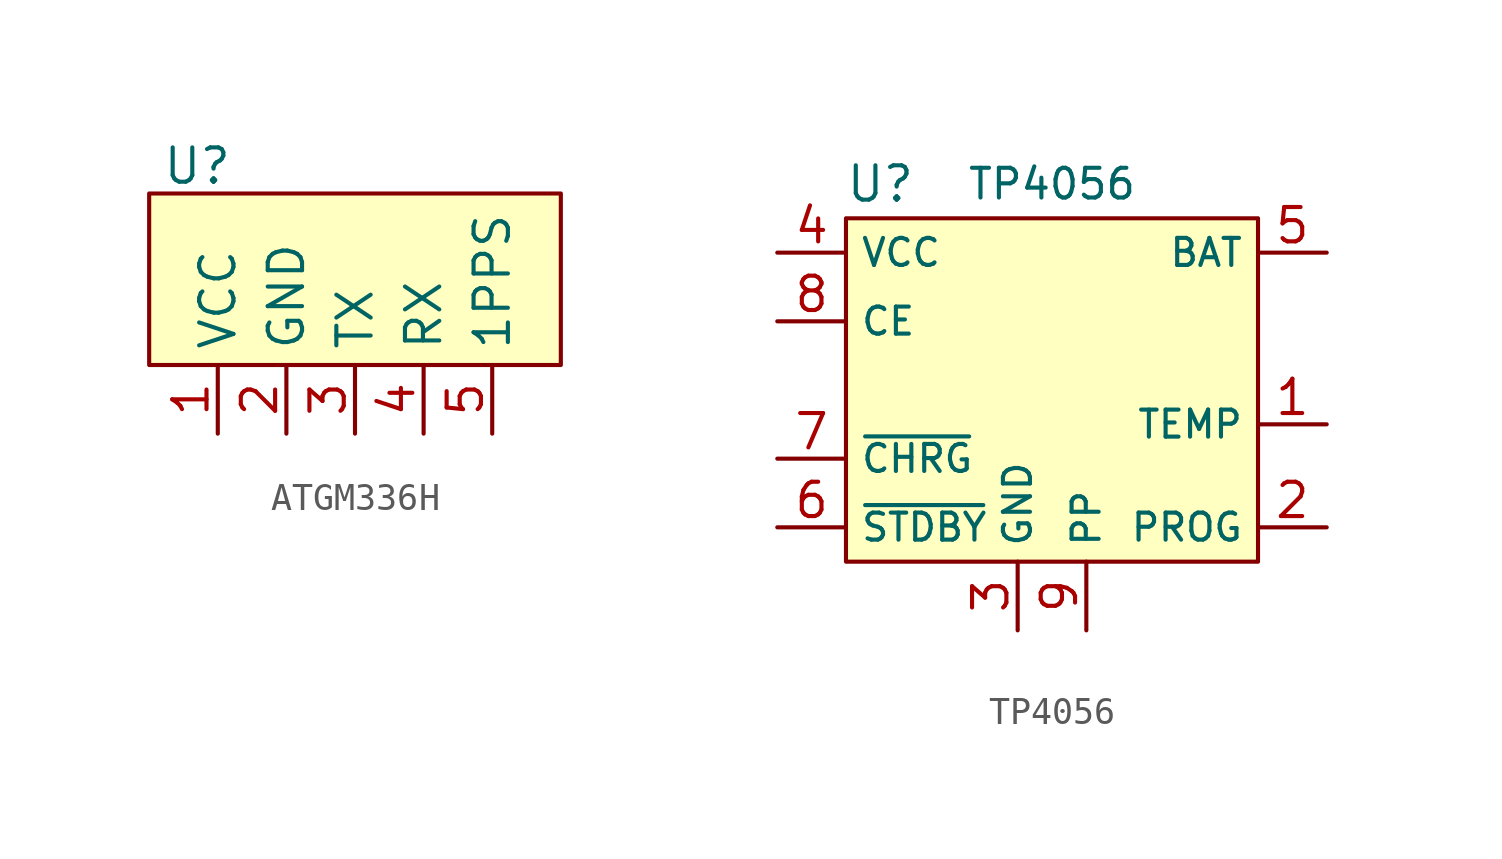
<source format=kicad_sym>
(kicad_symbol_lib
  (version 20231120)
  (generator "kicad_symbol_editor")
  (generator_version "8.0")
  (symbol "ATGM336H"
    (property "Reference" "U"
      (at -5.842 7.366 0)
      (effects (font (size 1.27 1.27))))
    (property "Value" ""
      (at 0 0 0)
      (effects (font (size 1.27 1.27))))
    (symbol "ATGM336H_1_1"
      (rectangle (start -7.62 6.35) (end 7.62 0) (stroke (width 0) (type default)) (fill (type background)))
      (pin power_in line (at -5.08 -2.54 90) (length 2.54) (name "VCC" (effects (font (size 1.27 1.27)))) (number "1" (effects (font (size 1.27 1.27)))))
      (pin power_in line (at -2.54 -2.54 90) (length 2.54) (name "GND" (effects (font (size 1.27 1.27)))) (number "2" (effects (font (size 1.27 1.27)))))
      (pin output line (at 0 -2.54 90) (length 2.54) (name "TX" (effects (font (size 1.27 1.27)))) (number "3" (effects (font (size 1.27 1.27)))))
      (pin input line (at 2.54 -2.54 90) (length 2.54) (name "RX" (effects (font (size 1.27 1.27)))) (number "4" (effects (font (size 1.27 1.27)))))
      (pin output line (at 5.08 -2.54 90) (length 2.54) (name "1PPS" (effects (font (size 1.27 1.27)))) (number "5" (effects (font (size 1.27 1.27)))))))
  (symbol "TP4056"
    (property "Reference" "U"
      (at 1.27 13.97 0)
      (effects (font (size 1.27 1.27))))
    (property "Value" "TP4056"
      (at 7.62 13.97 0)
      (effects (font (size 1.1 1.1))))
    (symbol "TP4056_0_1"
      (rectangle (start 0 12.7) (end 15.24 0) (stroke (width 0) (type default)) (fill (type background))))
    (symbol "TP4056_1_1"
      (pin input line (at 17.78 5.08 180) (length 2.54) (name "TEMP" (effects (font (size 1 1)))) (number "1" (effects (font (size 1.27 1.27)))))
      (pin input line (at 17.78 1.27 180) (length 2.54) (name "PROG" (effects (font (size 1 1)))) (number "2" (effects (font (size 1.27 1.27)))))
      (pin input line (at 6.35 -2.54 90) (length 2.54) (name "GND" (effects (font (size 1 1)))) (number "3" (effects (font (size 1.27 1.27)))))
      (pin input line (at -2.54 11.43 0) (length 2.54) (name "VCC" (effects (font (size 1 1)))) (number "4" (effects (font (size 1.27 1.27)))))
      (pin input line (at 17.78 11.43 180) (length 2.54) (name "BAT" (effects (font (size 1 1)))) (number "5" (effects (font (size 1.27 1.27)))))
      (pin input line (at -2.54 1.27 0) (length 2.54) (name "~{STDBY}" (effects (font (size 1 1)))) (number "6" (effects (font (size 1.27 1.27)))))
      (pin input line (at -2.54 3.81 0) (length 2.54) (name "~{CHRG}" (effects (font (size 1 1)))) (number "7" (effects (font (size 1.27 1.27)))))
      (pin input line (at -2.54 8.89 0) (length 2.54) (name "CE" (effects (font (size 1 1)))) (number "8" (effects (font (size 1.27 1.27)))))
      (pin input line (at 8.89 -2.54 90) (length 2.54) (name "PP" (effects (font (size 1 1)))) (number "9" (effects (font (size 1.27 1.27))))))))
</source>
